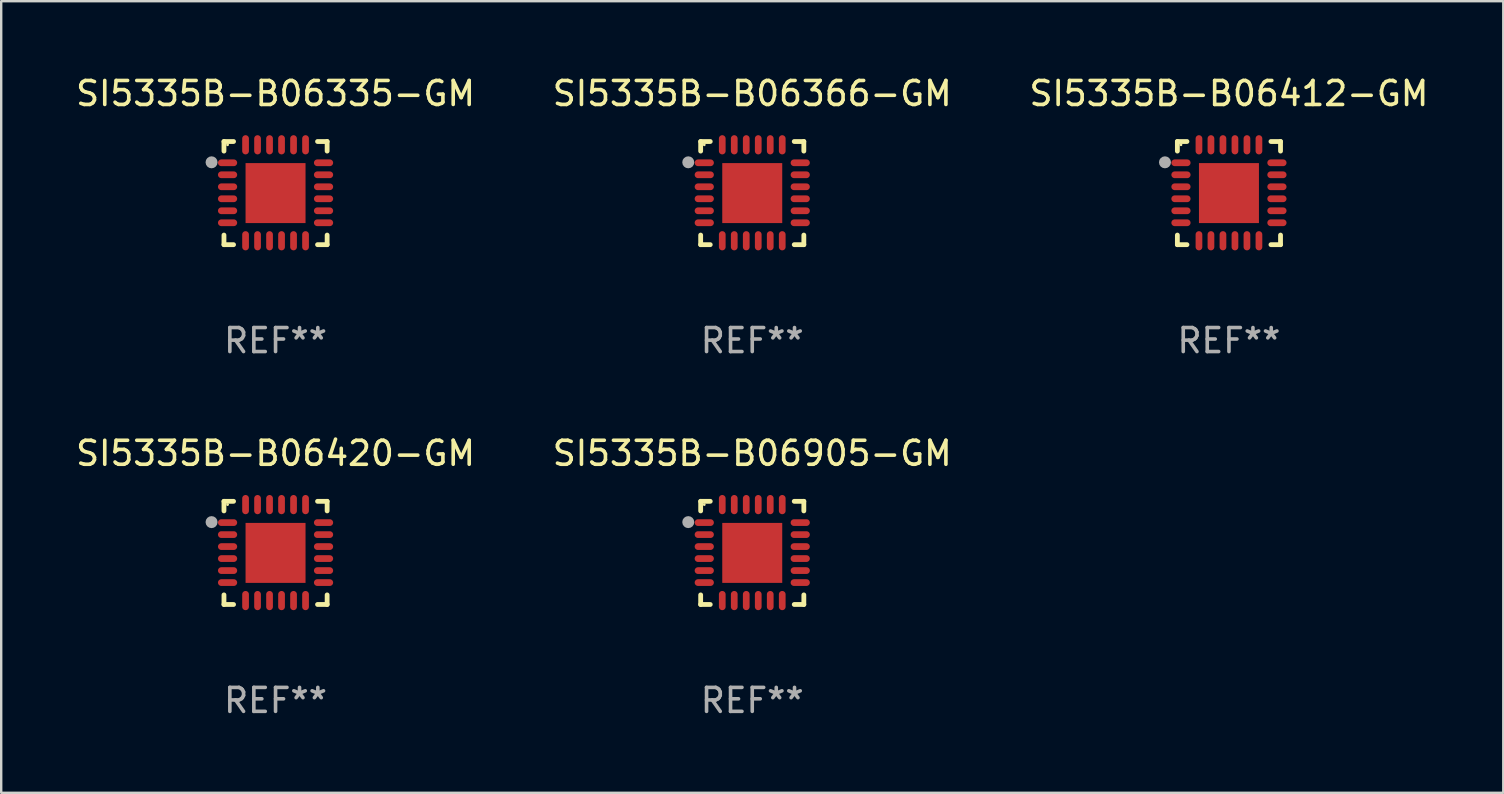
<source format=kicad_pcb>
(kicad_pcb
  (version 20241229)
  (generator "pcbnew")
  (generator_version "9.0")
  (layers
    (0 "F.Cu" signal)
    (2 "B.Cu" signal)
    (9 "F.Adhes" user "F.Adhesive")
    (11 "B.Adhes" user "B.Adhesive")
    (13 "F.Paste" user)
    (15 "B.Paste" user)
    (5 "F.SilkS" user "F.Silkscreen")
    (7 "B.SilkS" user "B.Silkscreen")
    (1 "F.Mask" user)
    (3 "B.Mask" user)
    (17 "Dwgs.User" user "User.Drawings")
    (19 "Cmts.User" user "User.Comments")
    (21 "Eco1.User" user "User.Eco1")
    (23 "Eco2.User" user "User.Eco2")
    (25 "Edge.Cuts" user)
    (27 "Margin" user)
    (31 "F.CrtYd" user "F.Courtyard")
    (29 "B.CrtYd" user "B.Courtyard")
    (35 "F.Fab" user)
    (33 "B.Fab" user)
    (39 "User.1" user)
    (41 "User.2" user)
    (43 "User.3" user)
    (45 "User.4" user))
  (footprint "SI5335B-B06335-GM"
    (layer "F.Cu")
    (at 8.435 4.998)
    (property "Reference" "SI5335B-B06335-GM" (at 0 -4.15 0) (layer "F.SilkS") (effects (font (size 1 1) (thickness 0.15))))
    (attr through_hole)
    (fp_line (start -2.15 -2.15) (end -1.75 -2.15) (stroke (width 0.2) (type solid)) (layer "F.SilkS"))
    (fp_line (start -2.15 -1.75) (end -2.15 -2.15) (stroke (width 0.2) (type solid)) (layer "F.SilkS"))
    (fp_line (start -2.15 2.15) (end -2.15 1.75) (stroke (width 0.2) (type solid)) (layer "F.SilkS"))
    (fp_line (start -1.75 2.15) (end -2.15 2.15) (stroke (width 0.2) (type solid)) (layer "F.SilkS"))
    (fp_line (start 1.75 -2.15) (end 2.15 -2.15) (stroke (width 0.2) (type solid)) (layer "F.SilkS"))
    (fp_line (start 1.75 2.15) (end 2.15 2.15) (stroke (width 0.2) (type solid)) (layer "F.SilkS"))
    (fp_line (start 2.15 -2.15) (end 2.15 -1.75) (stroke (width 0.2) (type solid)) (layer "F.SilkS"))
    (fp_line (start 2.15 2.15) (end 2.15 1.75) (stroke (width 0.2) (type solid)) (layer "F.SilkS"))
    (fp_circle (center -2 -2.013) (end -1.97 -2.013) (stroke (width 0.06) (type solid)) (fill no) (layer "F.SilkS"))
    (fp_circle (center -2.667 -1.283) (end -2.542 -1.283) (stroke (width 0.25) (type solid)) (fill no) (layer "F.Fab"))
    (fp_text user "REF**" (at 0 6.15 0) (layer "F.Fab") (effects (font (size 1 1) (thickness 0.15))))
    (pad "1" smd oval (at -2 -1.263) (size 0.8 0.28) (layers "F.Cu" "F.Mask" "F.Paste"))
    (pad "2" smd oval (at -2 -0.763) (size 0.8 0.28) (layers "F.Cu" "F.Mask" "F.Paste"))
    (pad "3" smd oval (at -2 -0.263) (size 0.8 0.28) (layers "F.Cu" "F.Mask" "F.Paste"))
    (pad "4" smd oval (at -2 0.237) (size 0.8 0.28) (layers "F.Cu" "F.Mask" "F.Paste"))
    (pad "5" smd oval (at -2 0.737) (size 0.8 0.28) (layers "F.Cu" "F.Mask" "F.Paste"))
    (pad "6" smd oval (at -2 1.237) (size 0.8 0.28) (layers "F.Cu" "F.Mask" "F.Paste"))
    (pad "7" smd oval (at -1.25 1.987) (size 0.28 0.8) (layers "F.Cu" "F.Mask" "F.Paste"))
    (pad "8" smd oval (at -0.75 1.987) (size 0.28 0.8) (layers "F.Cu" "F.Mask" "F.Paste"))
    (pad "9" smd oval (at -0.25 1.987) (size 0.28 0.8) (layers "F.Cu" "F.Mask" "F.Paste"))
    (pad "10" smd oval (at 0.25 1.987) (size 0.28 0.8) (layers "F.Cu" "F.Mask" "F.Paste"))
    (pad "11" smd oval (at 0.75 1.987) (size 0.28 0.8) (layers "F.Cu" "F.Mask" "F.Paste"))
    (pad "12" smd oval (at 1.25 1.987) (size 0.28 0.8) (layers "F.Cu" "F.Mask" "F.Paste"))
    (pad "13" smd oval (at 2 1.237) (size 0.8 0.28) (layers "F.Cu" "F.Mask" "F.Paste"))
    (pad "14" smd oval (at 2 0.737) (size 0.8 0.28) (layers "F.Cu" "F.Mask" "F.Paste"))
    (pad "15" smd oval (at 2 0.237) (size 0.8 0.28) (layers "F.Cu" "F.Mask" "F.Paste"))
    (pad "16" smd oval (at 2 -0.263) (size 0.8 0.28) (layers "F.Cu" "F.Mask" "F.Paste"))
    (pad "17" smd oval (at 2 -0.763) (size 0.8 0.28) (layers "F.Cu" "F.Mask" "F.Paste"))
    (pad "18" smd oval (at 2 -1.263) (size 0.8 0.28) (layers "F.Cu" "F.Mask" "F.Paste"))
    (pad "19" smd oval (at 1.25 -2.013) (size 0.28 0.8) (layers "F.Cu" "F.Mask" "F.Paste"))
    (pad "20" smd oval (at 0.75 -2.013) (size 0.28 0.8) (layers "F.Cu" "F.Mask" "F.Paste"))
    (pad "21" smd oval (at 0.25 -2.013) (size 0.28 0.8) (layers "F.Cu" "F.Mask" "F.Paste"))
    (pad "22" smd oval (at -0.25 -2.013) (size 0.28 0.8) (layers "F.Cu" "F.Mask" "F.Paste"))
    (pad "23" smd oval (at -0.75 -2.013) (size 0.28 0.8) (layers "F.Cu" "F.Mask" "F.Paste"))
    (pad "24" smd oval (at -1.25 -2.013) (size 0.28 0.8) (layers "F.Cu" "F.Mask" "F.Paste"))
    (pad "25" smd rect (at -0.000127 -0.00014) (size 2.5 2.5) (layers "F.Cu" "F.Mask" "F.Paste")))
  (footprint "SI5335B-B06905-GM"
    (layer "F.Cu")
    (at 28.304 19.995)
    (property "Reference" "SI5335B-B06905-GM" (at 0 -4.15 0) (layer "F.SilkS") (effects (font (size 1 1) (thickness 0.15))))
    (attr through_hole)
    (fp_line (start -2.15 -2.15) (end -1.75 -2.15) (stroke (width 0.2) (type solid)) (layer "F.SilkS"))
    (fp_line (start -2.15 -1.75) (end -2.15 -2.15) (stroke (width 0.2) (type solid)) (layer "F.SilkS"))
    (fp_line (start -2.15 2.15) (end -2.15 1.75) (stroke (width 0.2) (type solid)) (layer "F.SilkS"))
    (fp_line (start -1.75 2.15) (end -2.15 2.15) (stroke (width 0.2) (type solid)) (layer "F.SilkS"))
    (fp_line (start 1.75 -2.15) (end 2.15 -2.15) (stroke (width 0.2) (type solid)) (layer "F.SilkS"))
    (fp_line (start 1.75 2.15) (end 2.15 2.15) (stroke (width 0.2) (type solid)) (layer "F.SilkS"))
    (fp_line (start 2.15 -2.15) (end 2.15 -1.75) (stroke (width 0.2) (type solid)) (layer "F.SilkS"))
    (fp_line (start 2.15 2.15) (end 2.15 1.75) (stroke (width 0.2) (type solid)) (layer "F.SilkS"))
    (fp_circle (center -2 -2.013) (end -1.97 -2.013) (stroke (width 0.06) (type solid)) (fill no) (layer "F.SilkS"))
    (fp_circle (center -2.667 -1.283) (end -2.542 -1.283) (stroke (width 0.25) (type solid)) (fill no) (layer "F.Fab"))
    (fp_text user "REF**" (at 0 6.15 0) (layer "F.Fab") (effects (font (size 1 1) (thickness 0.15))))
    (pad "1" smd oval (at -2 -1.263) (size 0.8 0.28) (layers "F.Cu" "F.Mask" "F.Paste"))
    (pad "2" smd oval (at -2 -0.763) (size 0.8 0.28) (layers "F.Cu" "F.Mask" "F.Paste"))
    (pad "3" smd oval (at -2 -0.263) (size 0.8 0.28) (layers "F.Cu" "F.Mask" "F.Paste"))
    (pad "4" smd oval (at -2 0.237) (size 0.8 0.28) (layers "F.Cu" "F.Mask" "F.Paste"))
    (pad "5" smd oval (at -2 0.737) (size 0.8 0.28) (layers "F.Cu" "F.Mask" "F.Paste"))
    (pad "6" smd oval (at -2 1.237) (size 0.8 0.28) (layers "F.Cu" "F.Mask" "F.Paste"))
    (pad "7" smd oval (at -1.25 1.987) (size 0.28 0.8) (layers "F.Cu" "F.Mask" "F.Paste"))
    (pad "8" smd oval (at -0.75 1.987) (size 0.28 0.8) (layers "F.Cu" "F.Mask" "F.Paste"))
    (pad "9" smd oval (at -0.25 1.987) (size 0.28 0.8) (layers "F.Cu" "F.Mask" "F.Paste"))
    (pad "10" smd oval (at 0.25 1.987) (size 0.28 0.8) (layers "F.Cu" "F.Mask" "F.Paste"))
    (pad "11" smd oval (at 0.75 1.987) (size 0.28 0.8) (layers "F.Cu" "F.Mask" "F.Paste"))
    (pad "12" smd oval (at 1.25 1.987) (size 0.28 0.8) (layers "F.Cu" "F.Mask" "F.Paste"))
    (pad "13" smd oval (at 2 1.237) (size 0.8 0.28) (layers "F.Cu" "F.Mask" "F.Paste"))
    (pad "14" smd oval (at 2 0.737) (size 0.8 0.28) (layers "F.Cu" "F.Mask" "F.Paste"))
    (pad "15" smd oval (at 2 0.237) (size 0.8 0.28) (layers "F.Cu" "F.Mask" "F.Paste"))
    (pad "16" smd oval (at 2 -0.263) (size 0.8 0.28) (layers "F.Cu" "F.Mask" "F.Paste"))
    (pad "17" smd oval (at 2 -0.763) (size 0.8 0.28) (layers "F.Cu" "F.Mask" "F.Paste"))
    (pad "18" smd oval (at 2 -1.263) (size 0.8 0.28) (layers "F.Cu" "F.Mask" "F.Paste"))
    (pad "19" smd oval (at 1.25 -2.013) (size 0.28 0.8) (layers "F.Cu" "F.Mask" "F.Paste"))
    (pad "20" smd oval (at 0.75 -2.013) (size 0.28 0.8) (layers "F.Cu" "F.Mask" "F.Paste"))
    (pad "21" smd oval (at 0.25 -2.013) (size 0.28 0.8) (layers "F.Cu" "F.Mask" "F.Paste"))
    (pad "22" smd oval (at -0.25 -2.013) (size 0.28 0.8) (layers "F.Cu" "F.Mask" "F.Paste"))
    (pad "23" smd oval (at -0.75 -2.013) (size 0.28 0.8) (layers "F.Cu" "F.Mask" "F.Paste"))
    (pad "24" smd oval (at -1.25 -2.013) (size 0.28 0.8) (layers "F.Cu" "F.Mask" "F.Paste"))
    (pad "25" smd rect (at -0.000127 -0.00014) (size 2.5 2.5) (layers "F.Cu" "F.Mask" "F.Paste")))
  (footprint "SI5335B-B06366-GM"
    (layer "F.Cu")
    (at 28.304 4.998)
    (property "Reference" "SI5335B-B06366-GM" (at 0 -4.15 0) (layer "F.SilkS") (effects (font (size 1 1) (thickness 0.15))))
    (attr through_hole)
    (fp_line (start -2.15 -2.15) (end -1.75 -2.15) (stroke (width 0.2) (type solid)) (layer "F.SilkS"))
    (fp_line (start -2.15 -1.75) (end -2.15 -2.15) (stroke (width 0.2) (type solid)) (layer "F.SilkS"))
    (fp_line (start -2.15 2.15) (end -2.15 1.75) (stroke (width 0.2) (type solid)) (layer "F.SilkS"))
    (fp_line (start -1.75 2.15) (end -2.15 2.15) (stroke (width 0.2) (type solid)) (layer "F.SilkS"))
    (fp_line (start 1.75 -2.15) (end 2.15 -2.15) (stroke (width 0.2) (type solid)) (layer "F.SilkS"))
    (fp_line (start 1.75 2.15) (end 2.15 2.15) (stroke (width 0.2) (type solid)) (layer "F.SilkS"))
    (fp_line (start 2.15 -2.15) (end 2.15 -1.75) (stroke (width 0.2) (type solid)) (layer "F.SilkS"))
    (fp_line (start 2.15 2.15) (end 2.15 1.75) (stroke (width 0.2) (type solid)) (layer "F.SilkS"))
    (fp_circle (center -2 -2.013) (end -1.97 -2.013) (stroke (width 0.06) (type solid)) (fill no) (layer "F.SilkS"))
    (fp_circle (center -2.667 -1.283) (end -2.542 -1.283) (stroke (width 0.25) (type solid)) (fill no) (layer "F.Fab"))
    (fp_text user "REF**" (at 0 6.15 0) (layer "F.Fab") (effects (font (size 1 1) (thickness 0.15))))
    (pad "1" smd oval (at -2 -1.263) (size 0.8 0.28) (layers "F.Cu" "F.Mask" "F.Paste"))
    (pad "2" smd oval (at -2 -0.763) (size 0.8 0.28) (layers "F.Cu" "F.Mask" "F.Paste"))
    (pad "3" smd oval (at -2 -0.263) (size 0.8 0.28) (layers "F.Cu" "F.Mask" "F.Paste"))
    (pad "4" smd oval (at -2 0.237) (size 0.8 0.28) (layers "F.Cu" "F.Mask" "F.Paste"))
    (pad "5" smd oval (at -2 0.737) (size 0.8 0.28) (layers "F.Cu" "F.Mask" "F.Paste"))
    (pad "6" smd oval (at -2 1.237) (size 0.8 0.28) (layers "F.Cu" "F.Mask" "F.Paste"))
    (pad "7" smd oval (at -1.25 1.987) (size 0.28 0.8) (layers "F.Cu" "F.Mask" "F.Paste"))
    (pad "8" smd oval (at -0.75 1.987) (size 0.28 0.8) (layers "F.Cu" "F.Mask" "F.Paste"))
    (pad "9" smd oval (at -0.25 1.987) (size 0.28 0.8) (layers "F.Cu" "F.Mask" "F.Paste"))
    (pad "10" smd oval (at 0.25 1.987) (size 0.28 0.8) (layers "F.Cu" "F.Mask" "F.Paste"))
    (pad "11" smd oval (at 0.75 1.987) (size 0.28 0.8) (layers "F.Cu" "F.Mask" "F.Paste"))
    (pad "12" smd oval (at 1.25 1.987) (size 0.28 0.8) (layers "F.Cu" "F.Mask" "F.Paste"))
    (pad "13" smd oval (at 2 1.237) (size 0.8 0.28) (layers "F.Cu" "F.Mask" "F.Paste"))
    (pad "14" smd oval (at 2 0.737) (size 0.8 0.28) (layers "F.Cu" "F.Mask" "F.Paste"))
    (pad "15" smd oval (at 2 0.237) (size 0.8 0.28) (layers "F.Cu" "F.Mask" "F.Paste"))
    (pad "16" smd oval (at 2 -0.263) (size 0.8 0.28) (layers "F.Cu" "F.Mask" "F.Paste"))
    (pad "17" smd oval (at 2 -0.763) (size 0.8 0.28) (layers "F.Cu" "F.Mask" "F.Paste"))
    (pad "18" smd oval (at 2 -1.263) (size 0.8 0.28) (layers "F.Cu" "F.Mask" "F.Paste"))
    (pad "19" smd oval (at 1.25 -2.013) (size 0.28 0.8) (layers "F.Cu" "F.Mask" "F.Paste"))
    (pad "20" smd oval (at 0.75 -2.013) (size 0.28 0.8) (layers "F.Cu" "F.Mask" "F.Paste"))
    (pad "21" smd oval (at 0.25 -2.013) (size 0.28 0.8) (layers "F.Cu" "F.Mask" "F.Paste"))
    (pad "22" smd oval (at -0.25 -2.013) (size 0.28 0.8) (layers "F.Cu" "F.Mask" "F.Paste"))
    (pad "23" smd oval (at -0.75 -2.013) (size 0.28 0.8) (layers "F.Cu" "F.Mask" "F.Paste"))
    (pad "24" smd oval (at -1.25 -2.013) (size 0.28 0.8) (layers "F.Cu" "F.Mask" "F.Paste"))
    (pad "25" smd rect (at -0.000127 -0.00014) (size 2.5 2.5) (layers "F.Cu" "F.Mask" "F.Paste")))
  (footprint "SI5335B-B06420-GM"
    (layer "F.Cu")
    (at 8.435 19.995)
    (property "Reference" "SI5335B-B06420-GM" (at 0 -4.15 0) (layer "F.SilkS") (effects (font (size 1 1) (thickness 0.15))))
    (attr through_hole)
    (fp_line (start -2.15 -2.15) (end -1.75 -2.15) (stroke (width 0.2) (type solid)) (layer "F.SilkS"))
    (fp_line (start -2.15 -1.75) (end -2.15 -2.15) (stroke (width 0.2) (type solid)) (layer "F.SilkS"))
    (fp_line (start -2.15 2.15) (end -2.15 1.75) (stroke (width 0.2) (type solid)) (layer "F.SilkS"))
    (fp_line (start -1.75 2.15) (end -2.15 2.15) (stroke (width 0.2) (type solid)) (layer "F.SilkS"))
    (fp_line (start 1.75 -2.15) (end 2.15 -2.15) (stroke (width 0.2) (type solid)) (layer "F.SilkS"))
    (fp_line (start 1.75 2.15) (end 2.15 2.15) (stroke (width 0.2) (type solid)) (layer "F.SilkS"))
    (fp_line (start 2.15 -2.15) (end 2.15 -1.75) (stroke (width 0.2) (type solid)) (layer "F.SilkS"))
    (fp_line (start 2.15 2.15) (end 2.15 1.75) (stroke (width 0.2) (type solid)) (layer "F.SilkS"))
    (fp_circle (center -2 -2.013) (end -1.97 -2.013) (stroke (width 0.06) (type solid)) (fill no) (layer "F.SilkS"))
    (fp_circle (center -2.667 -1.283) (end -2.542 -1.283) (stroke (width 0.25) (type solid)) (fill no) (layer "F.Fab"))
    (fp_text user "REF**" (at 0 6.15 0) (layer "F.Fab") (effects (font (size 1 1) (thickness 0.15))))
    (pad "1" smd oval (at -2 -1.263) (size 0.8 0.28) (layers "F.Cu" "F.Mask" "F.Paste"))
    (pad "2" smd oval (at -2 -0.763) (size 0.8 0.28) (layers "F.Cu" "F.Mask" "F.Paste"))
    (pad "3" smd oval (at -2 -0.263) (size 0.8 0.28) (layers "F.Cu" "F.Mask" "F.Paste"))
    (pad "4" smd oval (at -2 0.237) (size 0.8 0.28) (layers "F.Cu" "F.Mask" "F.Paste"))
    (pad "5" smd oval (at -2 0.737) (size 0.8 0.28) (layers "F.Cu" "F.Mask" "F.Paste"))
    (pad "6" smd oval (at -2 1.237) (size 0.8 0.28) (layers "F.Cu" "F.Mask" "F.Paste"))
    (pad "7" smd oval (at -1.25 1.987) (size 0.28 0.8) (layers "F.Cu" "F.Mask" "F.Paste"))
    (pad "8" smd oval (at -0.75 1.987) (size 0.28 0.8) (layers "F.Cu" "F.Mask" "F.Paste"))
    (pad "9" smd oval (at -0.25 1.987) (size 0.28 0.8) (layers "F.Cu" "F.Mask" "F.Paste"))
    (pad "10" smd oval (at 0.25 1.987) (size 0.28 0.8) (layers "F.Cu" "F.Mask" "F.Paste"))
    (pad "11" smd oval (at 0.75 1.987) (size 0.28 0.8) (layers "F.Cu" "F.Mask" "F.Paste"))
    (pad "12" smd oval (at 1.25 1.987) (size 0.28 0.8) (layers "F.Cu" "F.Mask" "F.Paste"))
    (pad "13" smd oval (at 2 1.237) (size 0.8 0.28) (layers "F.Cu" "F.Mask" "F.Paste"))
    (pad "14" smd oval (at 2 0.737) (size 0.8 0.28) (layers "F.Cu" "F.Mask" "F.Paste"))
    (pad "15" smd oval (at 2 0.237) (size 0.8 0.28) (layers "F.Cu" "F.Mask" "F.Paste"))
    (pad "16" smd oval (at 2 -0.263) (size 0.8 0.28) (layers "F.Cu" "F.Mask" "F.Paste"))
    (pad "17" smd oval (at 2 -0.763) (size 0.8 0.28) (layers "F.Cu" "F.Mask" "F.Paste"))
    (pad "18" smd oval (at 2 -1.263) (size 0.8 0.28) (layers "F.Cu" "F.Mask" "F.Paste"))
    (pad "19" smd oval (at 1.25 -2.013) (size 0.28 0.8) (layers "F.Cu" "F.Mask" "F.Paste"))
    (pad "20" smd oval (at 0.75 -2.013) (size 0.28 0.8) (layers "F.Cu" "F.Mask" "F.Paste"))
    (pad "21" smd oval (at 0.25 -2.013) (size 0.28 0.8) (layers "F.Cu" "F.Mask" "F.Paste"))
    (pad "22" smd oval (at -0.25 -2.013) (size 0.28 0.8) (layers "F.Cu" "F.Mask" "F.Paste"))
    (pad "23" smd oval (at -0.75 -2.013) (size 0.28 0.8) (layers "F.Cu" "F.Mask" "F.Paste"))
    (pad "24" smd oval (at -1.25 -2.013) (size 0.28 0.8) (layers "F.Cu" "F.Mask" "F.Paste"))
    (pad "25" smd rect (at -0.000127 -0.00014) (size 2.5 2.5) (layers "F.Cu" "F.Mask" "F.Paste")))
  (footprint "SI5335B-B06412-GM"
    (layer "F.Cu")
    (at 48.173 4.998)
    (property "Reference" "SI5335B-B06412-GM" (at 0 -4.15 0) (layer "F.SilkS") (effects (font (size 1 1) (thickness 0.15))))
    (attr through_hole)
    (fp_line (start -2.15 -2.15) (end -1.75 -2.15) (stroke (width 0.2) (type solid)) (layer "F.SilkS"))
    (fp_line (start -2.15 -1.75) (end -2.15 -2.15) (stroke (width 0.2) (type solid)) (layer "F.SilkS"))
    (fp_line (start -2.15 2.15) (end -2.15 1.75) (stroke (width 0.2) (type solid)) (layer "F.SilkS"))
    (fp_line (start -1.75 2.15) (end -2.15 2.15) (stroke (width 0.2) (type solid)) (layer "F.SilkS"))
    (fp_line (start 1.75 -2.15) (end 2.15 -2.15) (stroke (width 0.2) (type solid)) (layer "F.SilkS"))
    (fp_line (start 1.75 2.15) (end 2.15 2.15) (stroke (width 0.2) (type solid)) (layer "F.SilkS"))
    (fp_line (start 2.15 -2.15) (end 2.15 -1.75) (stroke (width 0.2) (type solid)) (layer "F.SilkS"))
    (fp_line (start 2.15 2.15) (end 2.15 1.75) (stroke (width 0.2) (type solid)) (layer "F.SilkS"))
    (fp_circle (center -2 -2.013) (end -1.97 -2.013) (stroke (width 0.06) (type solid)) (fill no) (layer "F.SilkS"))
    (fp_circle (center -2.667 -1.283) (end -2.542 -1.283) (stroke (width 0.25) (type solid)) (fill no) (layer "F.Fab"))
    (fp_text user "REF**" (at 0 6.15 0) (layer "F.Fab") (effects (font (size 1 1) (thickness 0.15))))
    (pad "1" smd oval (at -2 -1.263) (size 0.8 0.28) (layers "F.Cu" "F.Mask" "F.Paste"))
    (pad "2" smd oval (at -2 -0.763) (size 0.8 0.28) (layers "F.Cu" "F.Mask" "F.Paste"))
    (pad "3" smd oval (at -2 -0.263) (size 0.8 0.28) (layers "F.Cu" "F.Mask" "F.Paste"))
    (pad "4" smd oval (at -2 0.237) (size 0.8 0.28) (layers "F.Cu" "F.Mask" "F.Paste"))
    (pad "5" smd oval (at -2 0.737) (size 0.8 0.28) (layers "F.Cu" "F.Mask" "F.Paste"))
    (pad "6" smd oval (at -2 1.237) (size 0.8 0.28) (layers "F.Cu" "F.Mask" "F.Paste"))
    (pad "7" smd oval (at -1.25 1.987) (size 0.28 0.8) (layers "F.Cu" "F.Mask" "F.Paste"))
    (pad "8" smd oval (at -0.75 1.987) (size 0.28 0.8) (layers "F.Cu" "F.Mask" "F.Paste"))
    (pad "9" smd oval (at -0.25 1.987) (size 0.28 0.8) (layers "F.Cu" "F.Mask" "F.Paste"))
    (pad "10" smd oval (at 0.25 1.987) (size 0.28 0.8) (layers "F.Cu" "F.Mask" "F.Paste"))
    (pad "11" smd oval (at 0.75 1.987) (size 0.28 0.8) (layers "F.Cu" "F.Mask" "F.Paste"))
    (pad "12" smd oval (at 1.25 1.987) (size 0.28 0.8) (layers "F.Cu" "F.Mask" "F.Paste"))
    (pad "13" smd oval (at 2 1.237) (size 0.8 0.28) (layers "F.Cu" "F.Mask" "F.Paste"))
    (pad "14" smd oval (at 2 0.737) (size 0.8 0.28) (layers "F.Cu" "F.Mask" "F.Paste"))
    (pad "15" smd oval (at 2 0.237) (size 0.8 0.28) (layers "F.Cu" "F.Mask" "F.Paste"))
    (pad "16" smd oval (at 2 -0.263) (size 0.8 0.28) (layers "F.Cu" "F.Mask" "F.Paste"))
    (pad "17" smd oval (at 2 -0.763) (size 0.8 0.28) (layers "F.Cu" "F.Mask" "F.Paste"))
    (pad "18" smd oval (at 2 -1.263) (size 0.8 0.28) (layers "F.Cu" "F.Mask" "F.Paste"))
    (pad "19" smd oval (at 1.25 -2.013) (size 0.28 0.8) (layers "F.Cu" "F.Mask" "F.Paste"))
    (pad "20" smd oval (at 0.75 -2.013) (size 0.28 0.8) (layers "F.Cu" "F.Mask" "F.Paste"))
    (pad "21" smd oval (at 0.25 -2.013) (size 0.28 0.8) (layers "F.Cu" "F.Mask" "F.Paste"))
    (pad "22" smd oval (at -0.25 -2.013) (size 0.28 0.8) (layers "F.Cu" "F.Mask" "F.Paste"))
    (pad "23" smd oval (at -0.75 -2.013) (size 0.28 0.8) (layers "F.Cu" "F.Mask" "F.Paste"))
    (pad "24" smd oval (at -1.25 -2.013) (size 0.28 0.8) (layers "F.Cu" "F.Mask" "F.Paste"))
    (pad "25" smd rect (at -0.000127 -0.00014) (size 2.5 2.5) (layers "F.Cu" "F.Mask" "F.Paste")))
  (gr_rect
    (start -3 -3)
    (end 59.607 29.993)
    (stroke (width 0.1) (type default))
    (fill no)
    (layer "Edge.Cuts")))
</source>
